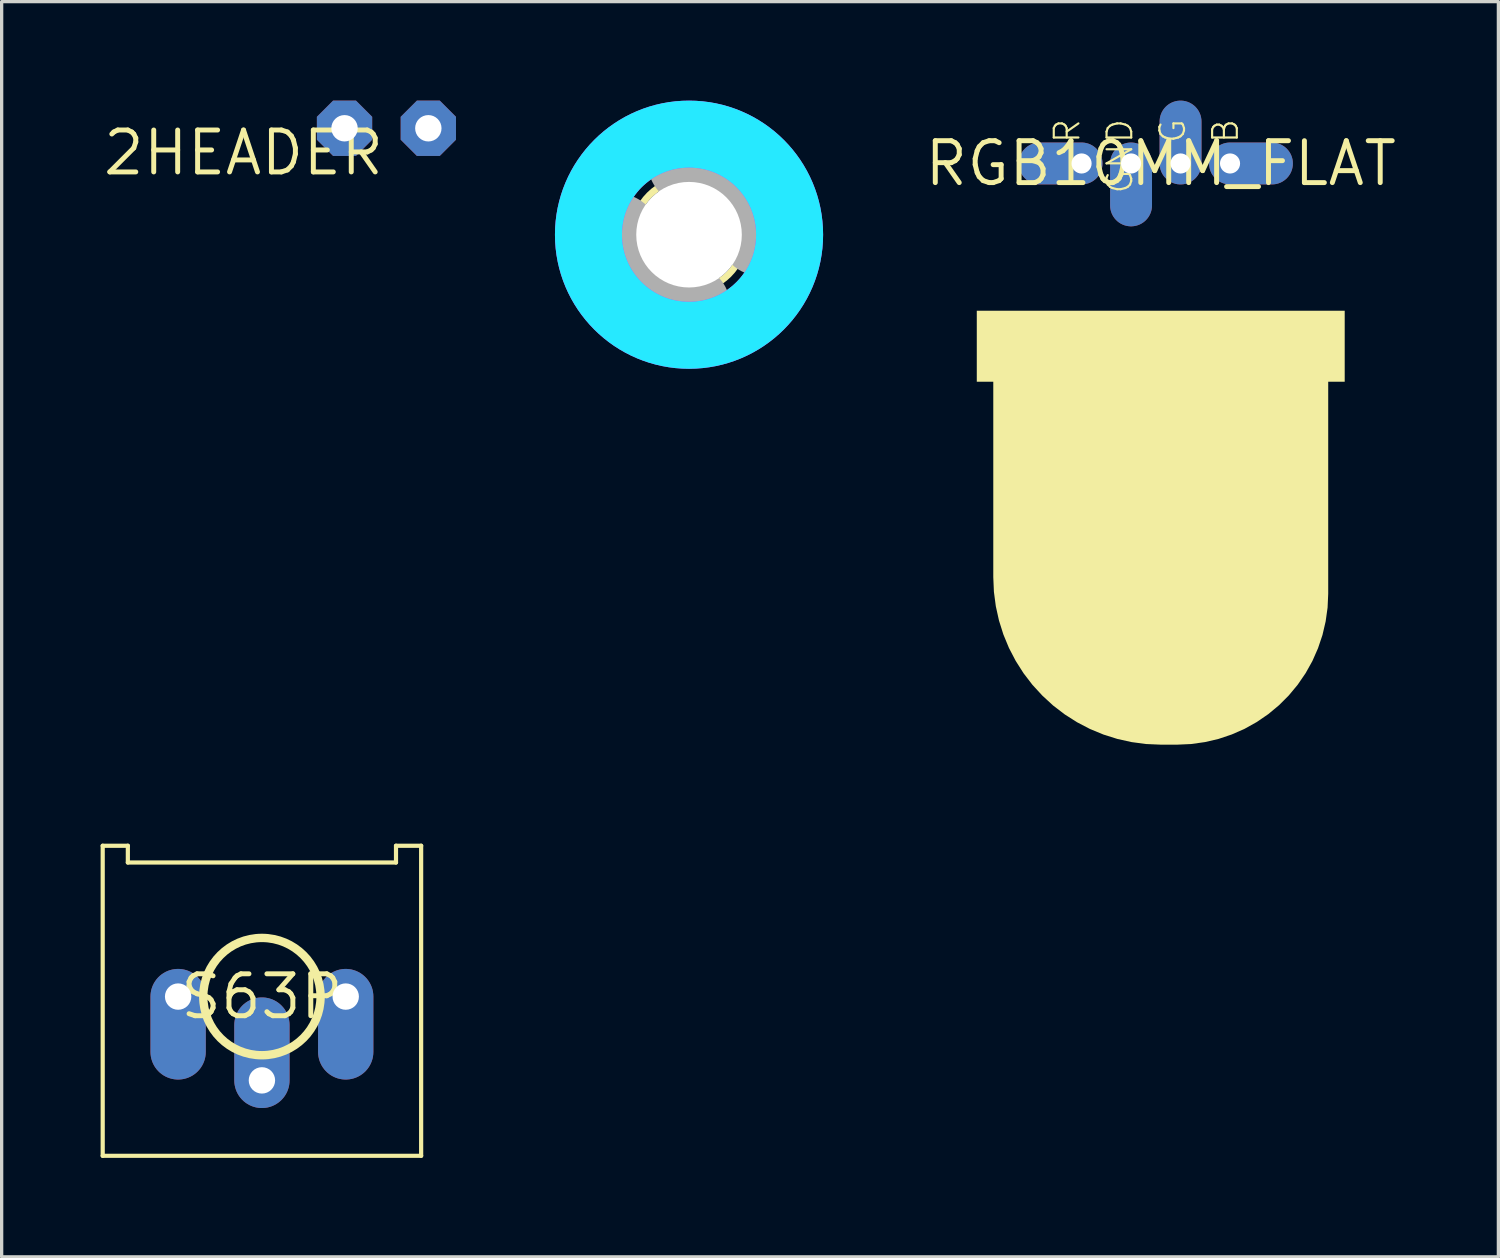
<source format=kicad_pcb>
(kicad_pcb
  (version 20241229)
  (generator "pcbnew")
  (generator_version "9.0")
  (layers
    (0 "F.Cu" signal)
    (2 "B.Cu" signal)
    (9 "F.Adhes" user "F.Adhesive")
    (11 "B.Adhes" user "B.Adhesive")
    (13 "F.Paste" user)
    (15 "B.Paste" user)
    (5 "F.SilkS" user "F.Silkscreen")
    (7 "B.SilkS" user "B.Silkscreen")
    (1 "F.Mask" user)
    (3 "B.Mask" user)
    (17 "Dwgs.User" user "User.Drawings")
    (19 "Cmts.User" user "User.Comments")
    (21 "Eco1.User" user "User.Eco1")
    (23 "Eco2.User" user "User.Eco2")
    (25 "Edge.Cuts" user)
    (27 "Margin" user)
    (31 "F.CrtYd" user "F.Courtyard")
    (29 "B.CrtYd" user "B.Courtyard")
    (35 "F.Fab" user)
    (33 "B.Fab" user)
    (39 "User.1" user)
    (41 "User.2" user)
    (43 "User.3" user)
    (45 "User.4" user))
  (footprint "2HEADER"
    (layer "F.Cu")
    (at 8.663 0.838)
    (property "Reference" "2HEADER" (at 0 0 0) (layer "F.SilkS") (effects (font (size 1.27 1.27) (thickness 0.15)) (justify right top)))
    (pad "P$1" thru_hole roundrect (at -1.27 0) (size 1.676 1.676) (drill 0.8) (layers "*.Cu" "*.Mask") (roundrect_rratio 0.25) (chamfer_ratio 0.293) (chamfer top_left top_right bottom_left bottom_right))
    (pad "P$2" thru_hole roundrect (at 1.27 0) (size 1.676 1.676) (drill 0.8) (layers "*.Cu" "*.Mask") (roundrect_rratio 0.25) (chamfer_ratio 0.293) (chamfer top_left top_right bottom_left bottom_right)))
  (footprint "RGB10MM_FLAT"
    (layer "F.Cu")
    (at 32.133 1.905)
    (property "Reference" "RGB10MM_FLAT" (at 0 0 0) (layer "F.SilkS") (effects (font (size 1.27 1.27) (thickness 0.15))))
    (fp_poly (pts (xy 5.576 6.616) (xy 5.076 6.616) (xy 5.076 13.042) (xy 5.057 13.462) (xy 4.998 13.881) (xy 4.902 14.292) (xy 4.767 14.693) (xy 4.597 15.08) (xy 4.391 15.449) (xy 4.152 15.798) (xy 3.882 16.123) (xy 3.583 16.422) (xy 3.258 16.692) (xy 2.909 16.931) (xy 2.54 17.137) (xy 2.153 17.307) (xy 1.752 17.442) (xy 1.341 17.538) (xy 0.922 17.597) (xy 0.502 17.616) (xy -0.002 17.616) (xy -0.442 17.597) (xy -0.881 17.539) (xy -1.314 17.443) (xy -1.736 17.31) (xy -2.145 17.141) (xy -2.538 16.936) (xy -2.912 16.698) (xy -3.263 16.429) (xy -3.589 16.129) (xy -3.889 15.803) (xy -4.158 15.452) (xy -4.396 15.078) (xy -4.601 14.685) (xy -4.77 14.276) (xy -4.903 13.854) (xy -4.999 13.421) (xy -5.057 12.982) (xy -5.076 12.542) (xy -5.076 6.616) (xy -5.576 6.616) (xy -5.576 4.464) (xy 5.576 4.464)) (stroke (width 0) (type solid)) (fill yes) (layer "F.SilkS"))
    (fp_text user "B" (at 2.4 -1.4 270) (layer "F.SilkS") (effects (font (size 0.748 0.748) (thickness 0.065)) (justify right bottom)))
    (fp_text user "GND" (at -0.8 -1.4 270) (layer "F.SilkS") (effects (font (size 0.748 0.748) (thickness 0.065)) (justify right bottom)))
    (fp_text user "R" (at -2.4 -1.4 270) (layer "F.SilkS") (effects (font (size 0.748 0.748) (thickness 0.065)) (justify right bottom)))
    (fp_text user "G" (at 0.8 -1.4 270) (layer "F.SilkS") (effects (font (size 0.748 0.748) (thickness 0.065)) (justify right bottom)))
    (pad "PIN1" thru_hole oval (at -2.4 0 180) (size 2.54 1.27) (drill 0.61 (offset 0.635 0)) (layers "*.Cu" "*.Mask"))
    (pad "PIN2" thru_hole oval (at -0.9 0 270) (size 2.54 1.27) (drill 0.61 (offset 0.635 0)) (layers "*.Cu" "*.Mask"))
    (pad "PIN3" thru_hole oval (at 0.6 0 90) (size 2.54 1.27) (drill 0.61 (offset 0.635 0)) (layers "*.Cu" "*.Mask"))
    (pad "PIN4" thru_hole oval (at 2.1 0) (size 2.54 1.27) (drill 0.61 (offset 0.635 0)) (layers "*.Cu" "*.Mask")))
  (footprint "S63P"
    (layer "F.Cu")
    (at 4.889 27.157)
    (property "Reference" "S63P" (at 0 0 180) (layer "F.SilkS") (effects (font (size 1.27 1.27) (thickness 0.15))))
    (fp_line (start -4.826 -4.572) (end -4.064 -4.572) (stroke (width 0.127) (type solid)) (layer "F.SilkS"))
    (fp_line (start -4.826 4.826) (end -4.826 -4.572) (stroke (width 0.127) (type solid)) (layer "F.SilkS"))
    (fp_line (start -4.826 4.826) (end 4.826 4.826) (stroke (width 0.127) (type solid)) (layer "F.SilkS"))
    (fp_line (start -4.064 -4.572) (end -4.064 -4.064) (stroke (width 0.127) (type solid)) (layer "F.SilkS"))
    (fp_line (start 4.064 -4.572) (end 4.064 -4.064) (stroke (width 0.127) (type solid)) (layer "F.SilkS"))
    (fp_line (start 4.064 -4.064) (end -4.064 -4.064) (stroke (width 0.127) (type solid)) (layer "F.SilkS"))
    (fp_line (start 4.826 -4.572) (end 4.064 -4.572) (stroke (width 0.127) (type solid)) (layer "F.SilkS"))
    (fp_line (start 4.826 4.826) (end 4.826 -4.572) (stroke (width 0.127) (type solid)) (layer "F.SilkS"))
    (fp_circle (center 0 0) (end 1.778 0) (stroke (width 0.254) (type solid)) (fill no) (layer "F.SilkS"))
    (pad "CENTER" thru_hole oval (at 0 2.54 90) (size 3.353 1.676) (drill 0.8 (offset 0.838 0)) (layers "*.Cu" "*.Mask"))
    (pad "LEFT" thru_hole oval (at 2.54 0 270) (size 3.353 1.676) (drill 0.8 (offset 0.838 0)) (layers "*.Cu" "*.Mask"))
    (pad "RIGHT" thru_hole oval (at -2.54 0 270) (size 3.353 1.676) (drill 0.8 (offset 0.838 0)) (layers "*.Cu" "*.Mask")))
  (footprint "3,2"
    (layer "F.Cu")
    (at 17.835 4.064)
    (property "Reference" "3,2" (at 0 0 0) (layer "F.SilkS") (effects (font (size 1.27 1.27) (thickness 0.15))))
    (fp_circle (center 0 0) (end 1.7 0) (stroke (width 0.203) (type solid)) (fill no) (layer "F.SilkS"))
    (fp_circle (center 0 0) (end 3.429 0) (stroke (width 0.152) (type solid)) (fill no) (layer "F.SilkS"))
    (fp_circle (center 0 0) (end 3.048 0) (stroke (width 2.032) (type solid)) (fill no) (layer "B.CrtYd"))
    (fp_circle (center 0 0) (end 3.048 0) (stroke (width 2.032) (type solid)) (fill no) (layer "F.CrtYd"))
    (fp_arc (start 0 -2.159) (mid 1.526644 -1.526644) (end 2.159 0) (stroke (width 2.4892) (type solid)) (layer "F.Fab"))
    (fp_arc (start 0 2.159) (mid -1.526644 1.526644) (end -2.159 0) (stroke (width 2.4892) (type solid)) (layer "F.Fab"))
    (fp_circle (center 0 0) (end 0.762 0) (stroke (width 0.457) (type solid)) (fill no) (layer "F.Fab"))
    (pad "" np_thru_hole circle (at 0 0) (size 3.2 3.2) (drill 3.2) (layers "*.Cu" "*.Mask"))
    (zone (net_name "") (layer "F.Cu") (hatch edge 0.508) (connect_pads) (min_thickness 0.254) (filled_areas_thickness no) (keepout (tracks not_allowed) (vias not_allowed) (pads not_allowed) (copperpour not_allowed) (footprints allowed)) (placement (enabled no)) (fill) (polygon (pts (xy 21.899 4.064) (xy 21.837 3.358) (xy 21.654 2.674) (xy 21.354 2.032) (xy 20.948 1.452) (xy 20.447 0.951) (xy 19.867 0.544) (xy 19.225 0.245) (xy 18.541 0.062) (xy 17.835 0) (xy 17.129 0.062) (xy 16.445 0.245) (xy 15.803 0.544) (xy 15.223 0.951) (xy 14.722 1.452) (xy 14.315 2.032) (xy 14.016 2.674) (xy 13.833 3.358) (xy 13.771 4.064) (xy 13.833 4.77) (xy 14.016 5.454) (xy 14.315 6.096) (xy 14.722 6.676) (xy 15.223 7.177) (xy 15.803 7.584) (xy 16.445 7.883) (xy 17.129 8.066) (xy 17.835 8.128) (xy 18.541 8.066) (xy 19.225 7.883) (xy 19.867 7.584) (xy 20.447 7.177) (xy 20.948 6.676) (xy 21.354 6.096) (xy 21.654 5.454) (xy 21.837 4.77))) (polygon (pts (xy 19.867 4.064) (xy 19.836 3.711) (xy 19.744 3.369) (xy 19.595 3.048) (xy 19.391 2.758) (xy 19.141 2.507) (xy 18.851 2.304) (xy 18.53 2.155) (xy 18.188 2.063) (xy 17.835 2.032) (xy 17.482 2.063) (xy 17.14 2.155) (xy 16.819 2.304) (xy 16.529 2.507) (xy 16.278 2.758) (xy 16.075 3.048) (xy 15.925 3.369) (xy 15.834 3.711) (xy 15.803 4.064) (xy 15.834 4.417) (xy 15.925 4.759) (xy 16.075 5.08) (xy 16.278 5.37) (xy 16.529 5.621) (xy 16.819 5.824) (xy 17.14 5.973) (xy 17.482 6.065) (xy 17.835 6.096) (xy 18.188 6.065) (xy 18.53 5.973) (xy 18.851 5.824) (xy 19.141 5.621) (xy 19.391 5.37) (xy 19.595 5.08) (xy 19.744 4.759) (xy 19.836 4.417))))
    (zone (net_name "") (layers "F.Cu" "B.Cu") (hatch edge 0.508) (connect_pads) (min_thickness 0.254) (filled_areas_thickness no) (keepout (tracks allowed) (vias not_allowed) (pads allowed) (copperpour allowed) (footprints allowed)) (placement (enabled no)) (fill) (polygon (pts (xy 21.899 4.064) (xy 21.837 3.358) (xy 21.654 2.674) (xy 21.354 2.032) (xy 20.948 1.452) (xy 20.447 0.951) (xy 19.867 0.544) (xy 19.225 0.245) (xy 18.541 0.062) (xy 17.835 0) (xy 17.129 0.062) (xy 16.445 0.245) (xy 15.803 0.544) (xy 15.223 0.951) (xy 14.722 1.452) (xy 14.315 2.032) (xy 14.016 2.674) (xy 13.833 3.358) (xy 13.771 4.064) (xy 13.833 4.77) (xy 14.016 5.454) (xy 14.315 6.096) (xy 14.722 6.676) (xy 15.223 7.177) (xy 15.803 7.584) (xy 16.445 7.883) (xy 17.129 8.066) (xy 17.835 8.128) (xy 18.541 8.066) (xy 19.225 7.883) (xy 19.867 7.584) (xy 20.447 7.177) (xy 20.948 6.676) (xy 21.354 6.096) (xy 21.654 5.454) (xy 21.837 4.77))) (polygon (pts (xy 19.867 4.064) (xy 19.836 3.711) (xy 19.744 3.369) (xy 19.595 3.048) (xy 19.391 2.758) (xy 19.141 2.507) (xy 18.851 2.304) (xy 18.53 2.155) (xy 18.188 2.063) (xy 17.835 2.032) (xy 17.482 2.063) (xy 17.14 2.155) (xy 16.819 2.304) (xy 16.529 2.507) (xy 16.278 2.758) (xy 16.075 3.048) (xy 15.925 3.369) (xy 15.834 3.711) (xy 15.803 4.064) (xy 15.834 4.417) (xy 15.925 4.759) (xy 16.075 5.08) (xy 16.278 5.37) (xy 16.529 5.621) (xy 16.819 5.824) (xy 17.14 5.973) (xy 17.482 6.065) (xy 17.835 6.096) (xy 18.188 6.065) (xy 18.53 5.973) (xy 18.851 5.824) (xy 19.141 5.621) (xy 19.391 5.37) (xy 19.595 5.08) (xy 19.744 4.759) (xy 19.836 4.417))))
    (zone (net_name "") (layer "B.Cu") (hatch edge 0.508) (connect_pads) (min_thickness 0.254) (filled_areas_thickness no) (keepout (tracks not_allowed) (vias not_allowed) (pads not_allowed) (copperpour not_allowed) (footprints allowed)) (placement (enabled no)) (fill) (polygon (pts (xy 21.899 4.064) (xy 21.837 3.358) (xy 21.654 2.674) (xy 21.354 2.032) (xy 20.948 1.452) (xy 20.447 0.951) (xy 19.867 0.544) (xy 19.225 0.245) (xy 18.541 0.062) (xy 17.835 0) (xy 17.129 0.062) (xy 16.445 0.245) (xy 15.803 0.544) (xy 15.223 0.951) (xy 14.722 1.452) (xy 14.315 2.032) (xy 14.016 2.674) (xy 13.833 3.358) (xy 13.771 4.064) (xy 13.833 4.77) (xy 14.016 5.454) (xy 14.315 6.096) (xy 14.722 6.676) (xy 15.223 7.177) (xy 15.803 7.584) (xy 16.445 7.883) (xy 17.129 8.066) (xy 17.835 8.128) (xy 18.541 8.066) (xy 19.225 7.883) (xy 19.867 7.584) (xy 20.447 7.177) (xy 20.948 6.676) (xy 21.354 6.096) (xy 21.654 5.454) (xy 21.837 4.77))) (polygon (pts (xy 19.867 4.064) (xy 19.836 3.711) (xy 19.744 3.369) (xy 19.595 3.048) (xy 19.391 2.758) (xy 19.141 2.507) (xy 18.851 2.304) (xy 18.53 2.155) (xy 18.188 2.063) (xy 17.835 2.032) (xy 17.482 2.063) (xy 17.14 2.155) (xy 16.819 2.304) (xy 16.529 2.507) (xy 16.278 2.758) (xy 16.075 3.048) (xy 15.925 3.369) (xy 15.834 3.711) (xy 15.803 4.064) (xy 15.834 4.417) (xy 15.925 4.759) (xy 16.075 5.08) (xy 16.278 5.37) (xy 16.529 5.621) (xy 16.819 5.824) (xy 17.14 5.973) (xy 17.482 6.065) (xy 17.835 6.096) (xy 18.188 6.065) (xy 18.53 5.973) (xy 18.851 5.824) (xy 19.141 5.621) (xy 19.391 5.37) (xy 19.595 5.08) (xy 19.744 4.759) (xy 19.836 4.417)))))
  (gr_rect
    (start -3 -3)
    (end 42.367 35.046)
    (stroke (width 0.1) (type default))
    (fill no)
    (layer "Edge.Cuts")))
</source>
